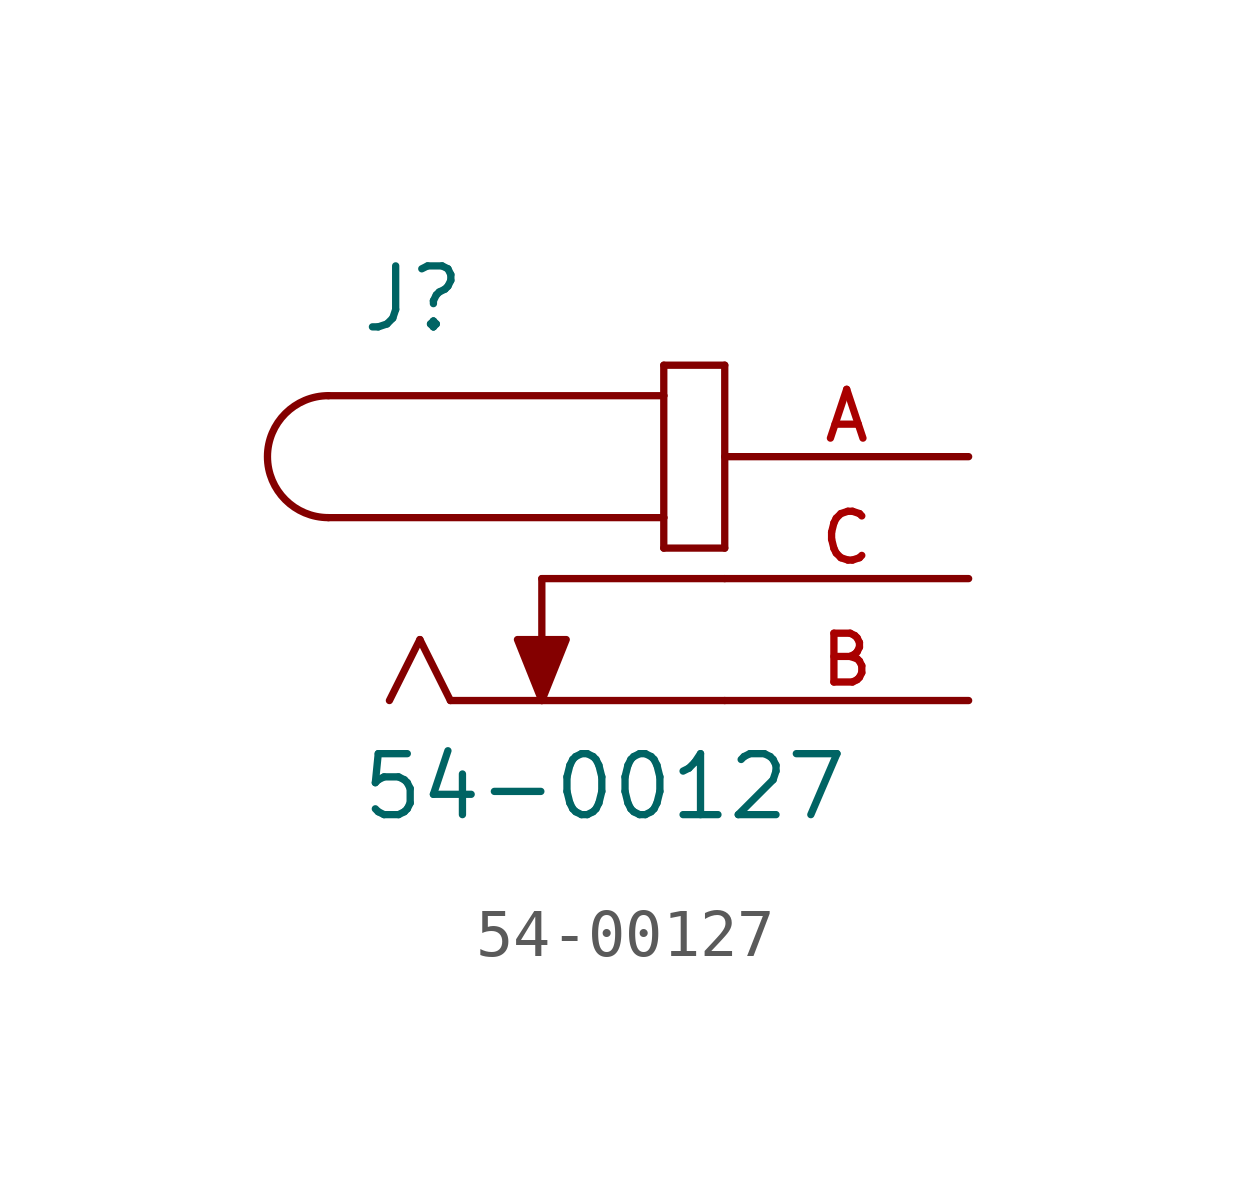
<source format=kicad_sym>
(kicad_symbol_lib
  (version 20231120)
  (generator "kicad_symbol_editor")
  (generator_version "8.0")
  (symbol "54-00127"
    (pin_names
      (offset 1.016))
    (property "Reference" "J"
      (at -7.62 5.08 0)
      (effects (font (size 1.27 1.27)) (justify left bottom)))
    (property "Value" "54-00127"
      (at -7.62 -5.08 0)
      (effects (font (size 1.27 1.27)) (justify left bottom)))
    (symbol "54-00127_0_0"
      (arc (start -8.255 3.81) (mid -9.5194 2.54) (end -8.255 1.27) (stroke (width 0.1524) (type default)) (fill (type none)))
      (polyline (pts (xy -8.255 3.81) (xy -1.27 3.81)) (stroke (width 0.152) (type default)) (fill (type none)))
      (polyline (pts (xy -6.35 -1.27) (xy -6.985 -2.54)) (stroke (width 0.152) (type default)) (fill (type none)))
      (polyline (pts (xy -5.715 -2.54) (xy -6.35 -1.27)) (stroke (width 0.152) (type default)) (fill (type none)))
      (polyline (pts (xy -3.81 0) (xy -3.81 -2.54)) (stroke (width 0.152) (type default)) (fill (type none)))
      (polyline (pts (xy -1.27 0.635) (xy 0 0.635)) (stroke (width 0.152) (type default)) (fill (type none)))
      (polyline (pts (xy -1.27 1.27) (xy -8.255 1.27)) (stroke (width 0.152) (type default)) (fill (type none)))
      (polyline (pts (xy -1.27 1.27) (xy -1.27 0.635)) (stroke (width 0.152) (type default)) (fill (type none)))
      (polyline (pts (xy -1.27 3.81) (xy -1.27 1.27)) (stroke (width 0.152) (type default)) (fill (type none)))
      (polyline (pts (xy -1.27 4.445) (xy -1.27 3.81)) (stroke (width 0.152) (type default)) (fill (type none)))
      (polyline (pts (xy 0 -2.54) (xy -5.715 -2.54)) (stroke (width 0.152) (type default)) (fill (type none)))
      (polyline (pts (xy 0 0) (xy -3.81 0)) (stroke (width 0.152) (type default)) (fill (type none)))
      (polyline (pts (xy 0 0.635) (xy 0 4.445)) (stroke (width 0.152) (type default)) (fill (type none)))
      (polyline (pts (xy 0 4.445) (xy -1.27 4.445)) (stroke (width 0.152) (type default)) (fill (type none)))
      (polyline (pts (xy -3.81 -2.54) (xy -4.318 -1.27) (xy -3.302 -1.27) (xy -3.81 -2.54)) (stroke (width 0.152) (type default)) (fill (type outline)))
      (pin passive line (at 5.08 2.54 180) (length 5.08) (name "~" (effects (font (size 1.016 1.016)))) (number "A" (effects (font (size 1.016 1.016)))))
      (pin passive line (at 5.08 -2.54 180) (length 5.08) (name "~" (effects (font (size 1.016 1.016)))) (number "B" (effects (font (size 1.016 1.016)))))
      (pin passive line (at 5.08 0 180) (length 5.08) (name "~" (effects (font (size 1.016 1.016)))) (number "C" (effects (font (size 1.016 1.016))))))))
</source>
